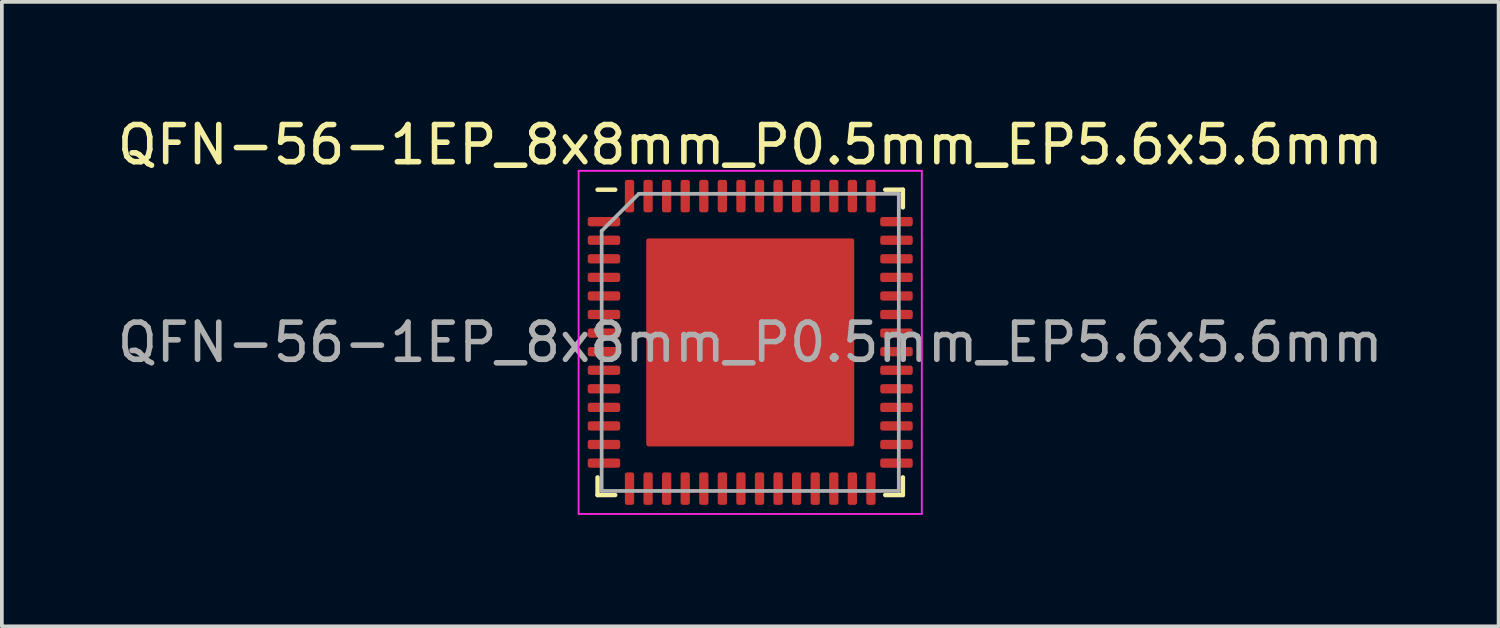
<source format=kicad_pcb>
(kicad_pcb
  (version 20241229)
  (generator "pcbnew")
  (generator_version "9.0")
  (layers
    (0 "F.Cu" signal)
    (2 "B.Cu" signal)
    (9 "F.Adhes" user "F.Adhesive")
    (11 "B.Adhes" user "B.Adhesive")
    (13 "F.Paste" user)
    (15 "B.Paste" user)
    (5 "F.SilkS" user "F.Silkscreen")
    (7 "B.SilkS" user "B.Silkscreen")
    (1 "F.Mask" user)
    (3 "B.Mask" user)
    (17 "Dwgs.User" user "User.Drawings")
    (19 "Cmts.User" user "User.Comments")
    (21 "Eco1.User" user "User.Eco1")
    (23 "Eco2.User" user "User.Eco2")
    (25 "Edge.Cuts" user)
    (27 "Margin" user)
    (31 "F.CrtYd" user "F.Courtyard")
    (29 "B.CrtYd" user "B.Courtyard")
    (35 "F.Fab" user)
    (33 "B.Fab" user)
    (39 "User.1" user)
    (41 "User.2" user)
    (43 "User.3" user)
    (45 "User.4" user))
  (footprint "QFN-56-1EP_8x8mm_P0.5mm_EP5.6x5.6mm"
    (layer "F.Cu")
    (at 17.149 6.168)
    (property "Reference" "QFN-56-1EP_8x8mm_P0.5mm_EP5.6x5.6mm" (at 0 -5.32 0) (layer "F.SilkS") (effects (font (size 1 1) (thickness 0.15))))
    (attr smd)
    (fp_line (start -4.11 4.11) (end -4.11 3.635) (stroke (width 0.12) (type solid)) (layer "F.SilkS"))
    (fp_line (start -3.635 -4.11) (end -4.11 -4.11) (stroke (width 0.12) (type solid)) (layer "F.SilkS"))
    (fp_line (start -3.635 4.11) (end -4.11 4.11) (stroke (width 0.12) (type solid)) (layer "F.SilkS"))
    (fp_line (start 3.635 -4.11) (end 4.11 -4.11) (stroke (width 0.12) (type solid)) (layer "F.SilkS"))
    (fp_line (start 3.635 4.11) (end 4.11 4.11) (stroke (width 0.12) (type solid)) (layer "F.SilkS"))
    (fp_line (start 4.11 -4.11) (end 4.11 -3.635) (stroke (width 0.12) (type solid)) (layer "F.SilkS"))
    (fp_line (start 4.11 4.11) (end 4.11 3.635) (stroke (width 0.12) (type solid)) (layer "F.SilkS"))
    (fp_line (start -4.62 -4.62) (end -4.62 4.62) (stroke (width 0.05) (type solid)) (layer "F.CrtYd"))
    (fp_line (start -4.62 4.62) (end 4.62 4.62) (stroke (width 0.05) (type solid)) (layer "F.CrtYd"))
    (fp_line (start 4.62 -4.62) (end -4.62 -4.62) (stroke (width 0.05) (type solid)) (layer "F.CrtYd"))
    (fp_line (start 4.62 4.62) (end 4.62 -4.62) (stroke (width 0.05) (type solid)) (layer "F.CrtYd"))
    (fp_line (start -4 -3) (end -3 -4) (stroke (width 0.1) (type solid)) (layer "F.Fab"))
    (fp_line (start -4 4) (end -4 -3) (stroke (width 0.1) (type solid)) (layer "F.Fab"))
    (fp_line (start -3 -4) (end 4 -4) (stroke (width 0.1) (type solid)) (layer "F.Fab"))
    (fp_line (start 4 -4) (end 4 4) (stroke (width 0.1) (type solid)) (layer "F.Fab"))
    (fp_line (start 4 4) (end -4 4) (stroke (width 0.1) (type solid)) (layer "F.Fab"))
    (fp_text user "${REFERENCE}" (at 0 0 0) (layer "F.Fab") (effects (font (size 1 1) (thickness 0.15))))
    (pad "" smd roundrect (at -2.1 -2.1) (size 1.13 1.13) (layers "F.Paste") (roundrect_rratio 0.221))
    (pad "" smd roundrect (at -2.1 -0.7) (size 1.13 1.13) (layers "F.Paste") (roundrect_rratio 0.221))
    (pad "" smd roundrect (at -2.1 0.7) (size 1.13 1.13) (layers "F.Paste") (roundrect_rratio 0.221))
    (pad "" smd roundrect (at -2.1 2.1) (size 1.13 1.13) (layers "F.Paste") (roundrect_rratio 0.221))
    (pad "" smd roundrect (at -0.7 -2.1) (size 1.13 1.13) (layers "F.Paste") (roundrect_rratio 0.221))
    (pad "" smd roundrect (at -0.7 -0.7) (size 1.13 1.13) (layers "F.Paste") (roundrect_rratio 0.221))
    (pad "" smd roundrect (at -0.7 0.7) (size 1.13 1.13) (layers "F.Paste") (roundrect_rratio 0.221))
    (pad "" smd roundrect (at -0.7 2.1) (size 1.13 1.13) (layers "F.Paste") (roundrect_rratio 0.221))
    (pad "" smd roundrect (at 0.7 -2.1) (size 1.13 1.13) (layers "F.Paste") (roundrect_rratio 0.221))
    (pad "" smd roundrect (at 0.7 -0.7) (size 1.13 1.13) (layers "F.Paste") (roundrect_rratio 0.221))
    (pad "" smd roundrect (at 0.7 0.7) (size 1.13 1.13) (layers "F.Paste") (roundrect_rratio 0.221))
    (pad "" smd roundrect (at 0.7 2.1) (size 1.13 1.13) (layers "F.Paste") (roundrect_rratio 0.221))
    (pad "" smd roundrect (at 2.1 -2.1) (size 1.13 1.13) (layers "F.Paste") (roundrect_rratio 0.221))
    (pad "" smd roundrect (at 2.1 -0.7) (size 1.13 1.13) (layers "F.Paste") (roundrect_rratio 0.221))
    (pad "" smd roundrect (at 2.1 0.7) (size 1.13 1.13) (layers "F.Paste") (roundrect_rratio 0.221))
    (pad "" smd roundrect (at 2.1 2.1) (size 1.13 1.13) (layers "F.Paste") (roundrect_rratio 0.221))
    (pad "1" smd roundrect (at -3.938 -3.25) (size 0.875 0.25) (layers "F.Cu" "F.Mask" "F.Paste") (roundrect_rratio 0.25))
    (pad "2" smd roundrect (at -3.938 -2.75) (size 0.875 0.25) (layers "F.Cu" "F.Mask" "F.Paste") (roundrect_rratio 0.25))
    (pad "3" smd roundrect (at -3.938 -2.25) (size 0.875 0.25) (layers "F.Cu" "F.Mask" "F.Paste") (roundrect_rratio 0.25))
    (pad "4" smd roundrect (at -3.938 -1.75) (size 0.875 0.25) (layers "F.Cu" "F.Mask" "F.Paste") (roundrect_rratio 0.25))
    (pad "5" smd roundrect (at -3.938 -1.25) (size 0.875 0.25) (layers "F.Cu" "F.Mask" "F.Paste") (roundrect_rratio 0.25))
    (pad "6" smd roundrect (at -3.938 -0.75) (size 0.875 0.25) (layers "F.Cu" "F.Mask" "F.Paste") (roundrect_rratio 0.25))
    (pad "7" smd roundrect (at -3.938 -0.25) (size 0.875 0.25) (layers "F.Cu" "F.Mask" "F.Paste") (roundrect_rratio 0.25))
    (pad "8" smd roundrect (at -3.938 0.25) (size 0.875 0.25) (layers "F.Cu" "F.Mask" "F.Paste") (roundrect_rratio 0.25))
    (pad "9" smd roundrect (at -3.938 0.75) (size 0.875 0.25) (layers "F.Cu" "F.Mask" "F.Paste") (roundrect_rratio 0.25))
    (pad "10" smd roundrect (at -3.938 1.25) (size 0.875 0.25) (layers "F.Cu" "F.Mask" "F.Paste") (roundrect_rratio 0.25))
    (pad "11" smd roundrect (at -3.938 1.75) (size 0.875 0.25) (layers "F.Cu" "F.Mask" "F.Paste") (roundrect_rratio 0.25))
    (pad "12" smd roundrect (at -3.938 2.25) (size 0.875 0.25) (layers "F.Cu" "F.Mask" "F.Paste") (roundrect_rratio 0.25))
    (pad "13" smd roundrect (at -3.938 2.75) (size 0.875 0.25) (layers "F.Cu" "F.Mask" "F.Paste") (roundrect_rratio 0.25))
    (pad "14" smd roundrect (at -3.938 3.25) (size 0.875 0.25) (layers "F.Cu" "F.Mask" "F.Paste") (roundrect_rratio 0.25))
    (pad "15" smd roundrect (at -3.25 3.938) (size 0.25 0.875) (layers "F.Cu" "F.Mask" "F.Paste") (roundrect_rratio 0.25))
    (pad "16" smd roundrect (at -2.75 3.938) (size 0.25 0.875) (layers "F.Cu" "F.Mask" "F.Paste") (roundrect_rratio 0.25))
    (pad "17" smd roundrect (at -2.25 3.938) (size 0.25 0.875) (layers "F.Cu" "F.Mask" "F.Paste") (roundrect_rratio 0.25))
    (pad "18" smd roundrect (at -1.75 3.938) (size 0.25 0.875) (layers "F.Cu" "F.Mask" "F.Paste") (roundrect_rratio 0.25))
    (pad "19" smd roundrect (at -1.25 3.938) (size 0.25 0.875) (layers "F.Cu" "F.Mask" "F.Paste") (roundrect_rratio 0.25))
    (pad "20" smd roundrect (at -0.75 3.938) (size 0.25 0.875) (layers "F.Cu" "F.Mask" "F.Paste") (roundrect_rratio 0.25))
    (pad "21" smd roundrect (at -0.25 3.938) (size 0.25 0.875) (layers "F.Cu" "F.Mask" "F.Paste") (roundrect_rratio 0.25))
    (pad "22" smd roundrect (at 0.25 3.938) (size 0.25 0.875) (layers "F.Cu" "F.Mask" "F.Paste") (roundrect_rratio 0.25))
    (pad "23" smd roundrect (at 0.75 3.938) (size 0.25 0.875) (layers "F.Cu" "F.Mask" "F.Paste") (roundrect_rratio 0.25))
    (pad "24" smd roundrect (at 1.25 3.938) (size 0.25 0.875) (layers "F.Cu" "F.Mask" "F.Paste") (roundrect_rratio 0.25))
    (pad "25" smd roundrect (at 1.75 3.938) (size 0.25 0.875) (layers "F.Cu" "F.Mask" "F.Paste") (roundrect_rratio 0.25))
    (pad "26" smd roundrect (at 2.25 3.938) (size 0.25 0.875) (layers "F.Cu" "F.Mask" "F.Paste") (roundrect_rratio 0.25))
    (pad "27" smd roundrect (at 2.75 3.938) (size 0.25 0.875) (layers "F.Cu" "F.Mask" "F.Paste") (roundrect_rratio 0.25))
    (pad "28" smd roundrect (at 3.25 3.938) (size 0.25 0.875) (layers "F.Cu" "F.Mask" "F.Paste") (roundrect_rratio 0.25))
    (pad "29" smd roundrect (at 3.938 3.25) (size 0.875 0.25) (layers "F.Cu" "F.Mask" "F.Paste") (roundrect_rratio 0.25))
    (pad "30" smd roundrect (at 3.938 2.75) (size 0.875 0.25) (layers "F.Cu" "F.Mask" "F.Paste") (roundrect_rratio 0.25))
    (pad "31" smd roundrect (at 3.938 2.25) (size 0.875 0.25) (layers "F.Cu" "F.Mask" "F.Paste") (roundrect_rratio 0.25))
    (pad "32" smd roundrect (at 3.938 1.75) (size 0.875 0.25) (layers "F.Cu" "F.Mask" "F.Paste") (roundrect_rratio 0.25))
    (pad "33" smd roundrect (at 3.938 1.25) (size 0.875 0.25) (layers "F.Cu" "F.Mask" "F.Paste") (roundrect_rratio 0.25))
    (pad "34" smd roundrect (at 3.938 0.75) (size 0.875 0.25) (layers "F.Cu" "F.Mask" "F.Paste") (roundrect_rratio 0.25))
    (pad "35" smd roundrect (at 3.938 0.25) (size 0.875 0.25) (layers "F.Cu" "F.Mask" "F.Paste") (roundrect_rratio 0.25))
    (pad "36" smd roundrect (at 3.938 -0.25) (size 0.875 0.25) (layers "F.Cu" "F.Mask" "F.Paste") (roundrect_rratio 0.25))
    (pad "37" smd roundrect (at 3.938 -0.75) (size 0.875 0.25) (layers "F.Cu" "F.Mask" "F.Paste") (roundrect_rratio 0.25))
    (pad "38" smd roundrect (at 3.938 -1.25) (size 0.875 0.25) (layers "F.Cu" "F.Mask" "F.Paste") (roundrect_rratio 0.25))
    (pad "39" smd roundrect (at 3.938 -1.75) (size 0.875 0.25) (layers "F.Cu" "F.Mask" "F.Paste") (roundrect_rratio 0.25))
    (pad "40" smd roundrect (at 3.938 -2.25) (size 0.875 0.25) (layers "F.Cu" "F.Mask" "F.Paste") (roundrect_rratio 0.25))
    (pad "41" smd roundrect (at 3.938 -2.75) (size 0.875 0.25) (layers "F.Cu" "F.Mask" "F.Paste") (roundrect_rratio 0.25))
    (pad "42" smd roundrect (at 3.938 -3.25) (size 0.875 0.25) (layers "F.Cu" "F.Mask" "F.Paste") (roundrect_rratio 0.25))
    (pad "43" smd roundrect (at 3.25 -3.938) (size 0.25 0.875) (layers "F.Cu" "F.Mask" "F.Paste") (roundrect_rratio 0.25))
    (pad "44" smd roundrect (at 2.75 -3.938) (size 0.25 0.875) (layers "F.Cu" "F.Mask" "F.Paste") (roundrect_rratio 0.25))
    (pad "45" smd roundrect (at 2.25 -3.938) (size 0.25 0.875) (layers "F.Cu" "F.Mask" "F.Paste") (roundrect_rratio 0.25))
    (pad "46" smd roundrect (at 1.75 -3.938) (size 0.25 0.875) (layers "F.Cu" "F.Mask" "F.Paste") (roundrect_rratio 0.25))
    (pad "47" smd roundrect (at 1.25 -3.938) (size 0.25 0.875) (layers "F.Cu" "F.Mask" "F.Paste") (roundrect_rratio 0.25))
    (pad "48" smd roundrect (at 0.75 -3.938) (size 0.25 0.875) (layers "F.Cu" "F.Mask" "F.Paste") (roundrect_rratio 0.25))
    (pad "49" smd roundrect (at 0.25 -3.938) (size 0.25 0.875) (layers "F.Cu" "F.Mask" "F.Paste") (roundrect_rratio 0.25))
    (pad "50" smd roundrect (at -0.25 -3.938) (size 0.25 0.875) (layers "F.Cu" "F.Mask" "F.Paste") (roundrect_rratio 0.25))
    (pad "51" smd roundrect (at -0.75 -3.938) (size 0.25 0.875) (layers "F.Cu" "F.Mask" "F.Paste") (roundrect_rratio 0.25))
    (pad "52" smd roundrect (at -1.25 -3.938) (size 0.25 0.875) (layers "F.Cu" "F.Mask" "F.Paste") (roundrect_rratio 0.25))
    (pad "53" smd roundrect (at -1.75 -3.938) (size 0.25 0.875) (layers "F.Cu" "F.Mask" "F.Paste") (roundrect_rratio 0.25))
    (pad "54" smd roundrect (at -2.25 -3.938) (size 0.25 0.875) (layers "F.Cu" "F.Mask" "F.Paste") (roundrect_rratio 0.25))
    (pad "55" smd roundrect (at -2.75 -3.938) (size 0.25 0.875) (layers "F.Cu" "F.Mask" "F.Paste") (roundrect_rratio 0.25))
    (pad "56" smd roundrect (at -3.25 -3.938) (size 0.25 0.875) (layers "F.Cu" "F.Mask" "F.Paste") (roundrect_rratio 0.25))
    (pad "57" smd roundrect (at 0 0) (size 5.6 5.6) (layers "F.Cu" "F.Mask") (roundrect_rratio 0.011)))
  (gr_rect
    (start -3 -3)
    (end 37.298 13.813)
    (stroke (width 0.1) (type default))
    (fill no)
    (layer "Edge.Cuts")))
</source>
